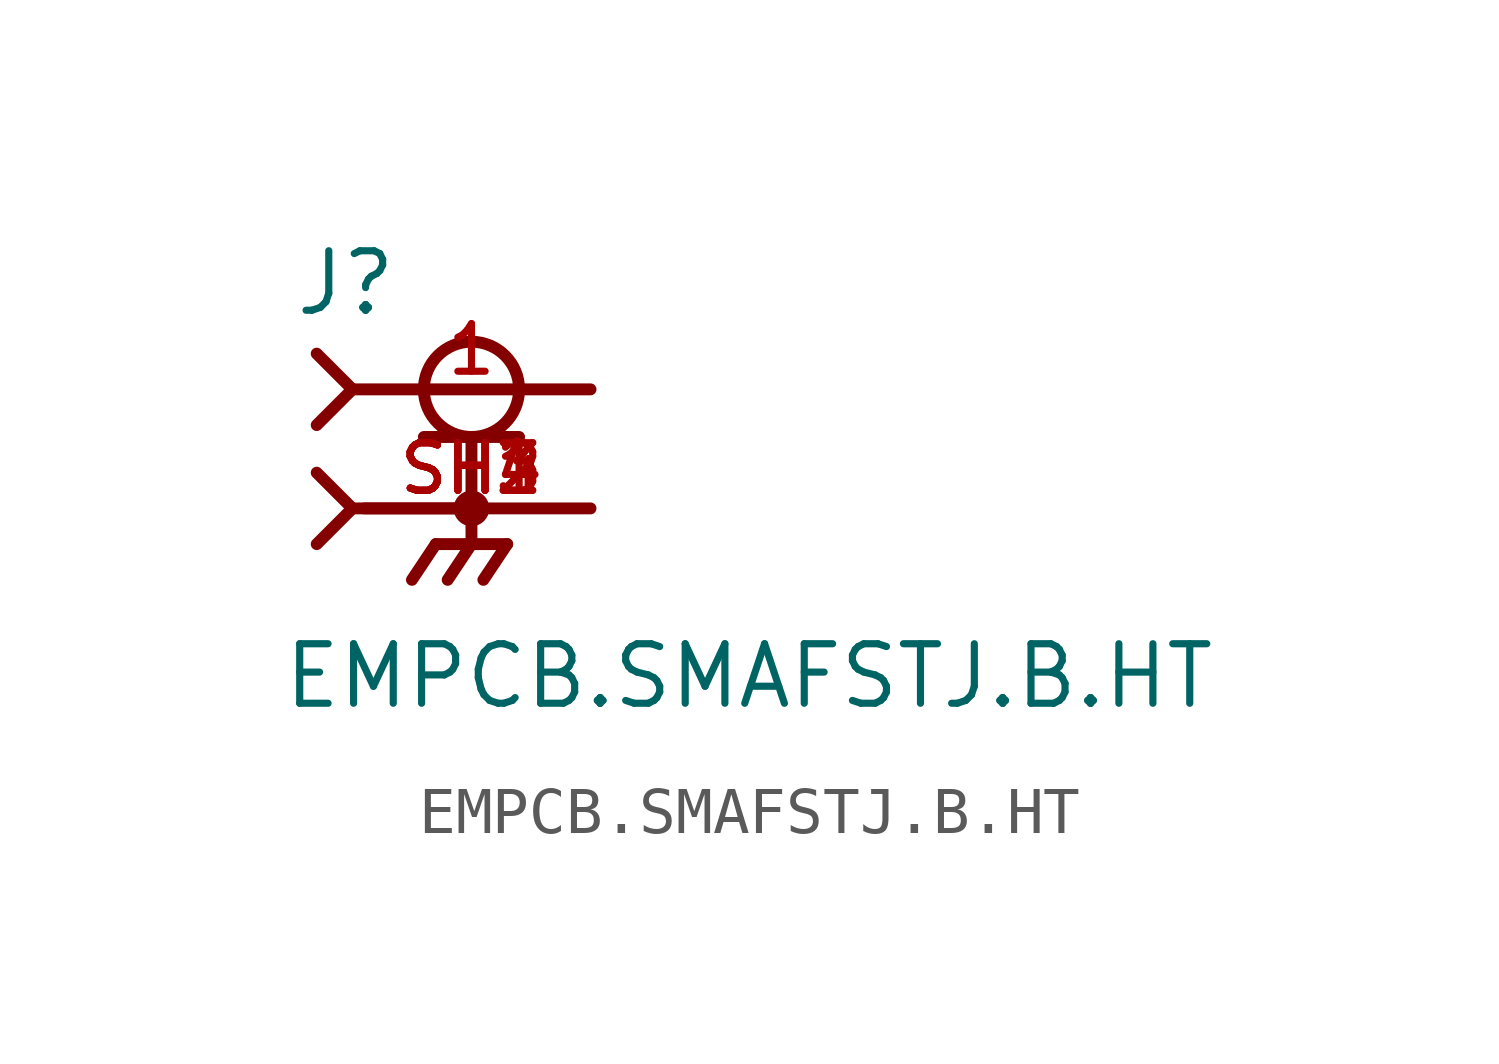
<source format=kicad_sym>
(kicad_symbol_lib
  (version 20211014)
  (generator kicad_symbol_editor)
  (symbol "EMPCB.SMAFSTJ.B.HT"
    (pin_names
      (offset 1.016))
    (property "Reference" "J"
      (at -3.81 4.064 0)
      (effects (font (size 1.27 1.27)) (justify bottom left)))
    (property "Value" "EMPCB.SMAFSTJ.B.HT"
      (at -4.067 -4.321 0)
      (effects (font (size 1.27 1.27)) (justify bottom left)))
    (symbol "EMPCB.SMAFSTJ.B.HT_0_0"
      (circle (center 0.0 2.54) (radius 1.016) (stroke (width 0.254)) (fill (type none)))
      (polyline (pts (xy -1.016 1.524) (xy 0.0 1.524)) (stroke (width 0.254)))
      (polyline (pts (xy 0.0 1.524) (xy 1.016 1.524)) (stroke (width 0.254)))
      (polyline (pts (xy 0.0 0.0) (xy -2.286 0.0)) (stroke (width 0.254)))
      (polyline (pts (xy -3.302 3.302) (xy -2.54 2.54)) (stroke (width 0.254)))
      (polyline (pts (xy -3.302 1.778) (xy -2.54 2.54)) (stroke (width 0.254)))
      (polyline (pts (xy 0.0 1.524) (xy 0.0 0.0)) (stroke (width 0.254)))
      (circle (center 0.0 0.0) (radius 0.254) (stroke (width 0.254)) (fill (type none)))
      (polyline (pts (xy -2.54 2.54) (xy 2.54 2.54)) (stroke (width 0.254)))
      (polyline (pts (xy 2.54 0.0) (xy 0.0 0.0)) (stroke (width 0.254)))
      (polyline (pts (xy 0.0 0.0) (xy 0.0 -0.762)) (stroke (width 0.254)))
      (polyline (pts (xy 0.762 -0.762) (xy -0.762 -0.762)) (stroke (width 0.254)))
      (polyline (pts (xy -0.762 -0.762) (xy -1.27 -1.524)) (stroke (width 0.254)))
      (polyline (pts (xy 0.0 -0.762) (xy -0.508 -1.524)) (stroke (width 0.254)))
      (polyline (pts (xy 0.762 -0.762) (xy 0.254 -1.524)) (stroke (width 0.254)))
      (polyline (pts (xy -3.302 0.762) (xy -2.54 0.0)) (stroke (width 0.254)))
      (polyline (pts (xy -3.302 -0.762) (xy -2.54 0.0)) (stroke (width 0.254)))
      (polyline (pts (xy -2.54 0.0) (xy 0.0 0.0)) (stroke (width 0.254)))
      (pin passive line (at 2.54 2.54 180.0) (length 5.08) (name "~" (effects (font (size 1.016 1.016)))) (number "1" (effects (font (size 1.016 1.016)))))
      (pin passive line (at 2.54 0.0 180.0) (length 5.08) (name "~" (effects (font (size 1.016 1.016)))) (number "SH1" (effects (font (size 1.016 1.016)))))
      (pin passive line (at 2.54 0.0 180.0) (length 5.08) (name "~" (effects (font (size 1.016 1.016)))) (number "SH2" (effects (font (size 1.016 1.016)))))
      (pin passive line (at 2.54 0.0 180.0) (length 5.08) (name "~" (effects (font (size 1.016 1.016)))) (number "SH3" (effects (font (size 1.016 1.016)))))
      (pin passive line (at 2.54 0.0 180.0) (length 5.08) (name "~" (effects (font (size 1.016 1.016)))) (number "SH4" (effects (font (size 1.016 1.016))))))))
</source>
